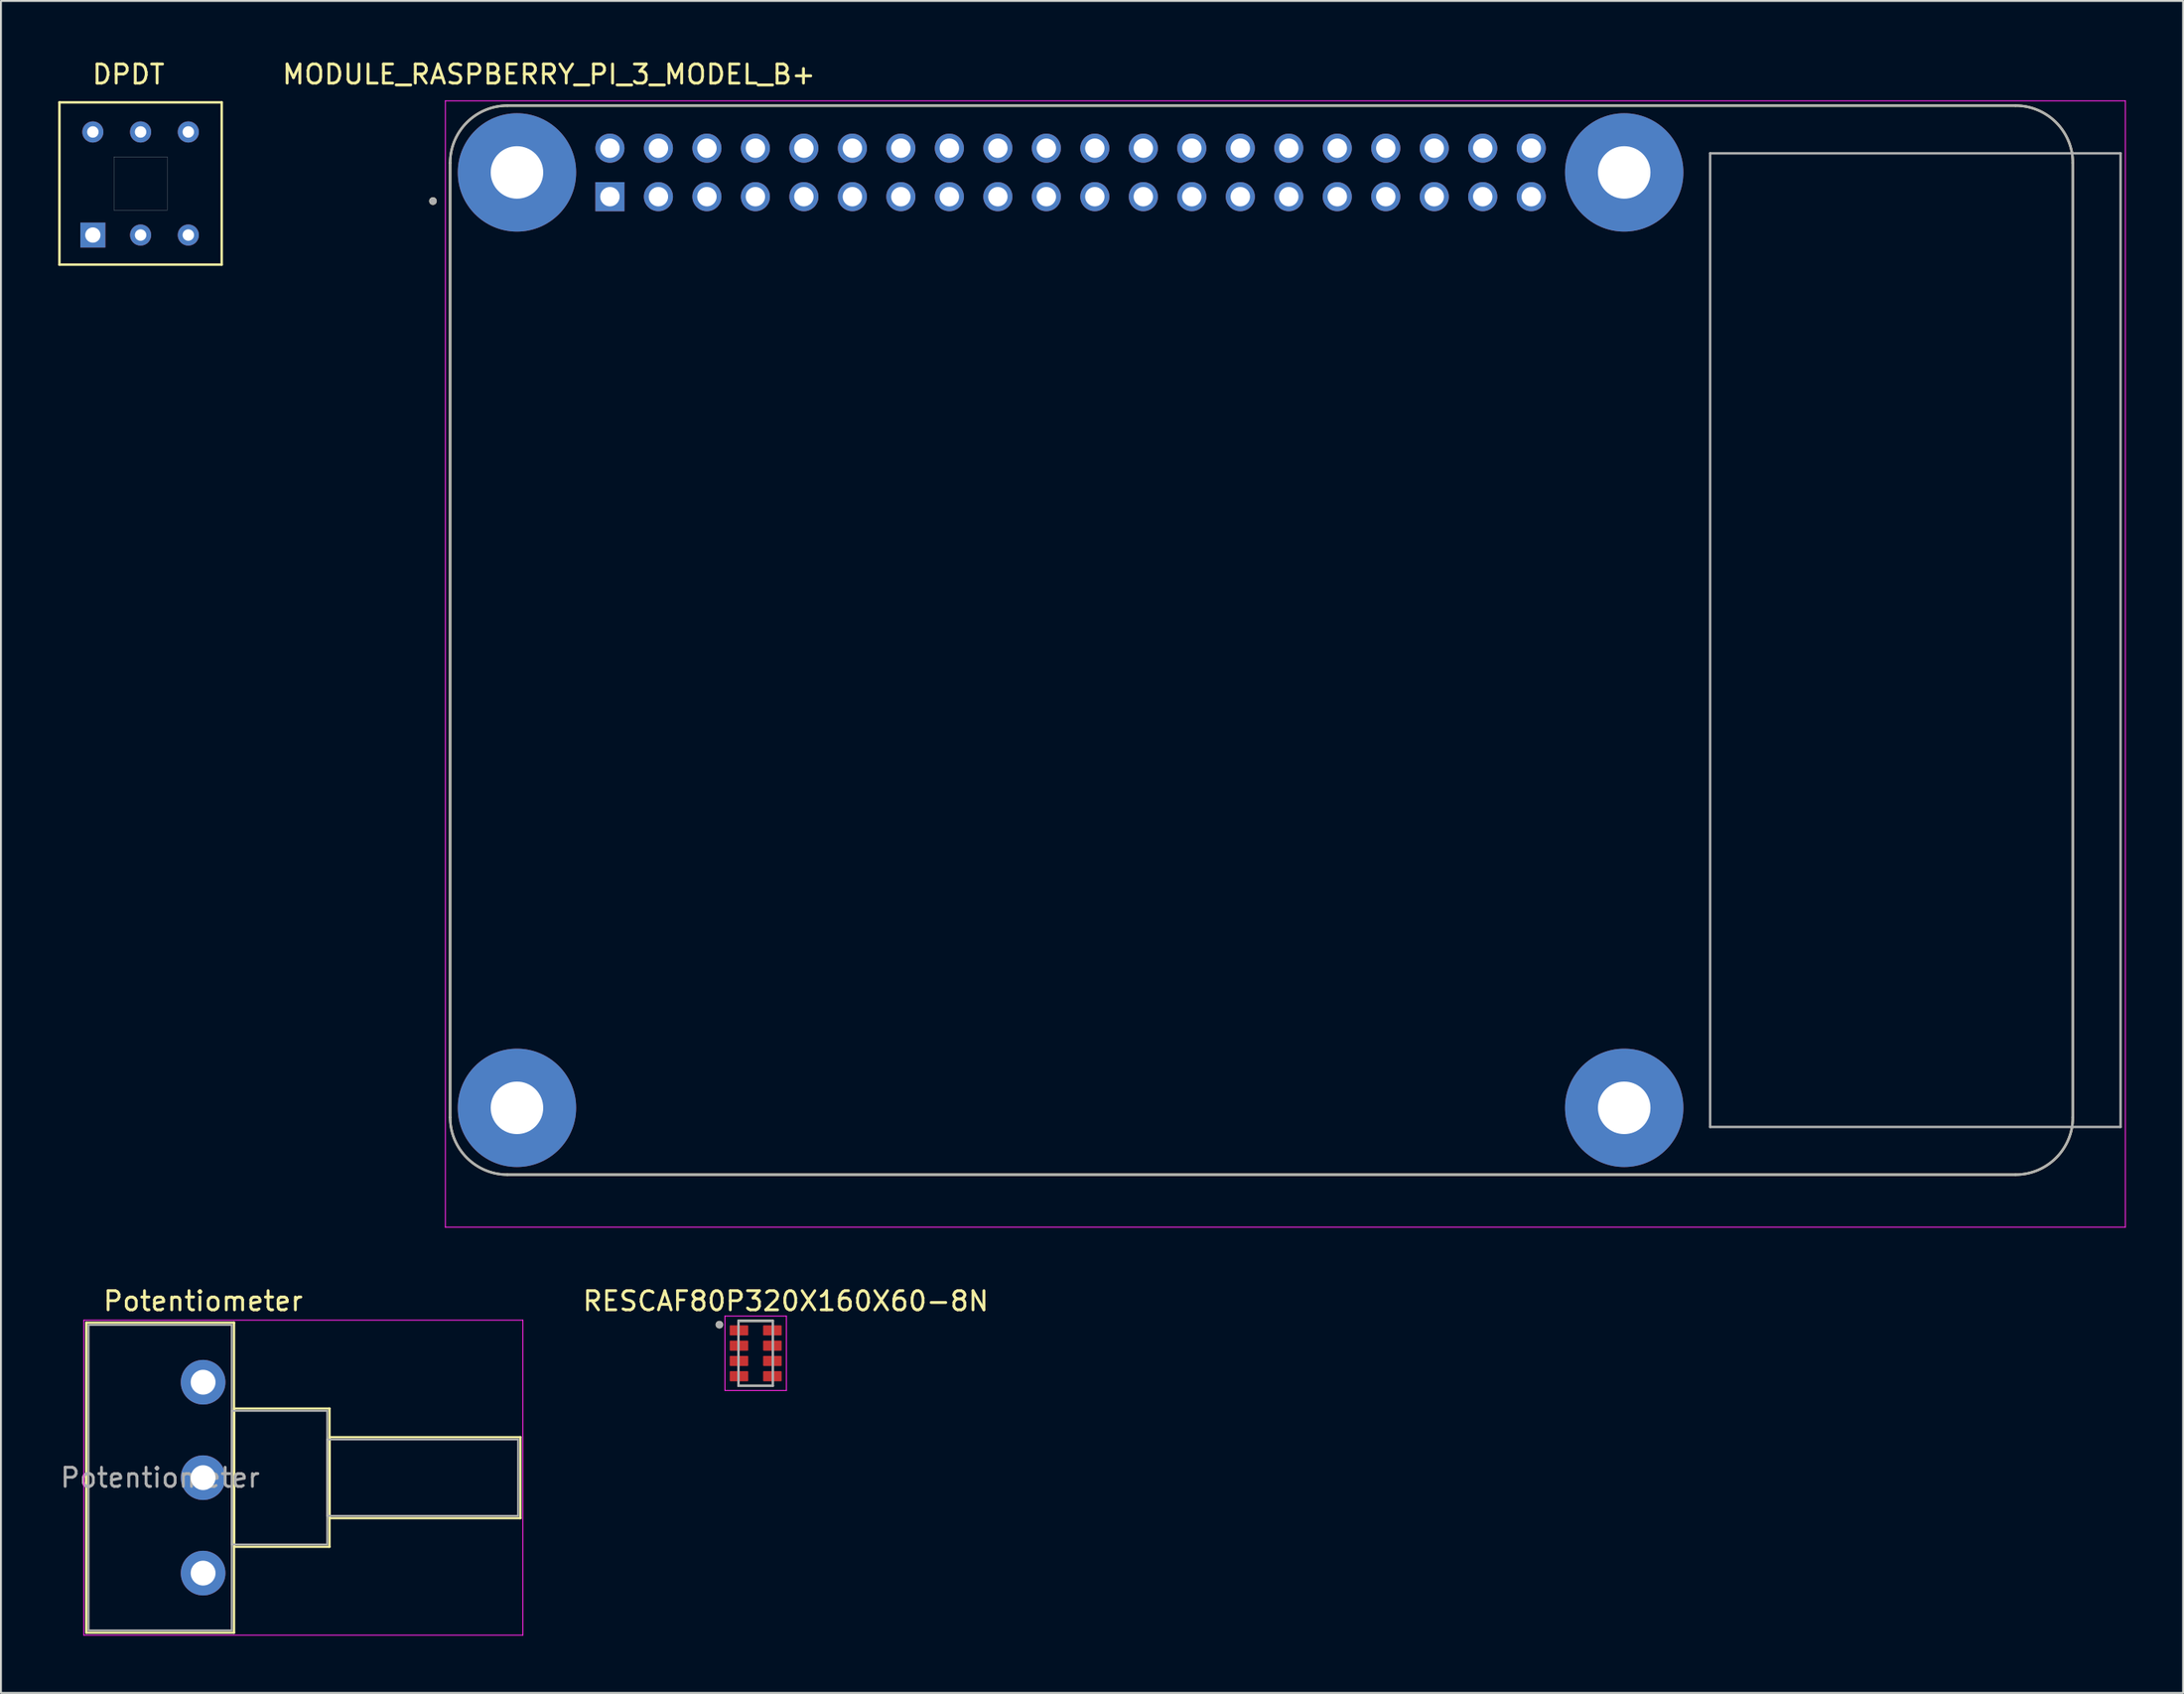
<source format=kicad_pcb>
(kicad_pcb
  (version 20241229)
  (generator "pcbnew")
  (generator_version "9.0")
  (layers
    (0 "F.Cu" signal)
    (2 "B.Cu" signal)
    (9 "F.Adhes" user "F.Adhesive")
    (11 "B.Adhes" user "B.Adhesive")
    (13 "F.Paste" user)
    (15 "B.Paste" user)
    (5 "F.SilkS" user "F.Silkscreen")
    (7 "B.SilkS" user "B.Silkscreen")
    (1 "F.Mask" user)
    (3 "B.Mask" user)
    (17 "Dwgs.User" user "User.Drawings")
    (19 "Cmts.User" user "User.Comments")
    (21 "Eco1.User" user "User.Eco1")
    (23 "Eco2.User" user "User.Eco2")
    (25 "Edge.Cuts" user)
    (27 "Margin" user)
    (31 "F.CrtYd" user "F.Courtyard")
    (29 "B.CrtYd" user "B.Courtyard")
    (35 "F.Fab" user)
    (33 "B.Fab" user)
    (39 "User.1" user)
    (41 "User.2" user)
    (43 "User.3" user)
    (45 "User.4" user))
  (footprint "Potentiometer"
    (layer "F.Cu")
    (at 7.589 79.356)
    (property "Reference" "Potentiometer" (at 0 -14.25 0) (layer "F.SilkS") (effects (font (size 1 1) (thickness 0.15))))
    (attr through_hole)
    (fp_line (start -6.12 -13.12) (end -6.12 3.12) (stroke (width 0.12) (type solid)) (layer "F.SilkS"))
    (fp_line (start -6.12 -13.12) (end 1.62 -13.12) (stroke (width 0.12) (type solid)) (layer "F.SilkS"))
    (fp_line (start -6.12 3.12) (end 1.62 3.12) (stroke (width 0.12) (type solid)) (layer "F.SilkS"))
    (fp_line (start 1.62 -13.12) (end 1.62 3.12) (stroke (width 0.12) (type solid)) (layer "F.SilkS"))
    (fp_line (start 1.62 -8.62) (end 1.62 -1.38) (stroke (width 0.12) (type solid)) (layer "F.SilkS"))
    (fp_line (start 1.62 -8.62) (end 6.62 -8.62) (stroke (width 0.12) (type solid)) (layer "F.SilkS"))
    (fp_line (start 1.62 -1.38) (end 6.62 -1.38) (stroke (width 0.12) (type solid)) (layer "F.SilkS"))
    (fp_line (start 6.62 -8.62) (end 6.62 -1.38) (stroke (width 0.12) (type solid)) (layer "F.SilkS"))
    (fp_line (start 6.62 -7.12) (end 6.62 -2.88) (stroke (width 0.12) (type solid)) (layer "F.SilkS"))
    (fp_line (start 6.62 -7.12) (end 16.62 -7.12) (stroke (width 0.12) (type solid)) (layer "F.SilkS"))
    (fp_line (start 6.62 -2.88) (end 16.62 -2.88) (stroke (width 0.12) (type solid)) (layer "F.SilkS"))
    (fp_line (start 16.62 -7.12) (end 16.62 -2.88) (stroke (width 0.12) (type solid)) (layer "F.SilkS"))
    (fp_line (start -6.25 -13.25) (end -6.25 3.25) (stroke (width 0.05) (type solid)) (layer "F.CrtYd"))
    (fp_line (start -6.25 3.25) (end 16.75 3.25) (stroke (width 0.05) (type solid)) (layer "F.CrtYd"))
    (fp_line (start 16.75 -13.25) (end -6.25 -13.25) (stroke (width 0.05) (type solid)) (layer "F.CrtYd"))
    (fp_line (start 16.75 3.25) (end 16.75 -13.25) (stroke (width 0.05) (type solid)) (layer "F.CrtYd"))
    (fp_line (start -6 -13) (end -6 3) (stroke (width 0.1) (type solid)) (layer "F.Fab"))
    (fp_line (start -6 3) (end 1.5 3) (stroke (width 0.1) (type solid)) (layer "F.Fab"))
    (fp_line (start 1.5 -13) (end -6 -13) (stroke (width 0.1) (type solid)) (layer "F.Fab"))
    (fp_line (start 1.5 -8.5) (end 1.5 -1.5) (stroke (width 0.1) (type solid)) (layer "F.Fab"))
    (fp_line (start 1.5 -1.5) (end 6.5 -1.5) (stroke (width 0.1) (type solid)) (layer "F.Fab"))
    (fp_line (start 1.5 3) (end 1.5 -13) (stroke (width 0.1) (type solid)) (layer "F.Fab"))
    (fp_line (start 6.5 -8.5) (end 1.5 -8.5) (stroke (width 0.1) (type solid)) (layer "F.Fab"))
    (fp_line (start 6.5 -7) (end 6.5 -3) (stroke (width 0.1) (type solid)) (layer "F.Fab"))
    (fp_line (start 6.5 -3) (end 16.5 -3) (stroke (width 0.1) (type solid)) (layer "F.Fab"))
    (fp_line (start 6.5 -1.5) (end 6.5 -8.5) (stroke (width 0.1) (type solid)) (layer "F.Fab"))
    (fp_line (start 16.5 -7) (end 6.5 -7) (stroke (width 0.1) (type solid)) (layer "F.Fab"))
    (fp_line (start 16.5 -3) (end 16.5 -7) (stroke (width 0.1) (type solid)) (layer "F.Fab"))
    (fp_text user "${REFERENCE}" (at -2.25 -5 0) (layer "F.Fab") (effects (font (size 1 1) (thickness 0.15))))
    (pad "1" thru_hole circle (at 0 0) (size 2.34 2.34) (drill 1.3) (layers "*.Cu" "*.Mask"))
    (pad "2" thru_hole circle (at 0 -5) (size 2.34 2.34) (drill 1.3) (layers "*.Cu" "*.Mask"))
    (pad "3" thru_hole circle (at 0 -10) (size 2.34 2.34) (drill 1.3) (layers "*.Cu" "*.Mask")))
  (footprint "MODULE_RASPBERRY_PI_3_MODEL_B+"
    (layer "F.Cu")
    (at 63.029 30.483)
    (property "Reference" "MODULE_RASPBERRY_PI_3_MODEL_B+" (at -37.325 -29.635 0) (layer "F.SilkS") (effects (font (size 1 1) (thickness 0.15))))
    (attr through_hole)
    (fp_line (start -42.5 -25) (end -42.5 25) (stroke (width 0.127) (type solid)) (layer "F.SilkS"))
    (fp_line (start -39.5 28) (end 39.5 28) (stroke (width 0.127) (type solid)) (layer "F.SilkS"))
    (fp_line (start 39.5 -28) (end -39.5 -28) (stroke (width 0.127) (type solid)) (layer "F.SilkS"))
    (fp_line (start 42.5 25) (end 42.5 -25) (stroke (width 0.127) (type solid)) (layer "F.SilkS"))
    (fp_arc (start -42.5 -25) (mid -41.62132 -27.12132) (end -39.5 -28) (stroke (width 0.127) (type solid)) (layer "F.SilkS"))
    (fp_arc (start -39.5 28) (mid -41.62132 27.12132) (end -42.5 25) (stroke (width 0.127) (type solid)) (layer "F.SilkS"))
    (fp_arc (start 39.5 -28) (mid 41.62132 -27.12132) (end 42.5 -25) (stroke (width 0.127) (type solid)) (layer "F.SilkS"))
    (fp_arc (start 42.5 25) (mid 41.62132 27.12132) (end 39.5 28) (stroke (width 0.127) (type solid)) (layer "F.SilkS"))
    (fp_circle (center -43.4 -23) (end -43.3 -23) (stroke (width 0.2) (type solid)) (fill no) (layer "F.SilkS"))
    (fp_line (start -42.75 -28.25) (end 45.25 -28.25) (stroke (width 0.05) (type solid)) (layer "F.CrtYd"))
    (fp_line (start -42.75 30.75) (end -42.75 -28.25) (stroke (width 0.05) (type solid)) (layer "F.CrtYd"))
    (fp_line (start 45.25 -28.25) (end 45.25 30.75) (stroke (width 0.05) (type solid)) (layer "F.CrtYd"))
    (fp_line (start 45.25 30.75) (end -42.75 30.75) (stroke (width 0.05) (type solid)) (layer "F.CrtYd"))
    (fp_line (start -42.5 -25) (end -42.5 25) (stroke (width 0.127) (type solid)) (layer "F.Fab"))
    (fp_line (start -39.5 28) (end 39.5 28) (stroke (width 0.127) (type solid)) (layer "F.Fab"))
    (fp_line (start 23.5 -25.5) (end 23.5 25.5) (stroke (width 0.127) (type solid)) (layer "F.Fab"))
    (fp_line (start 23.5 25.5) (end 45 25.5) (stroke (width 0.127) (type solid)) (layer "F.Fab"))
    (fp_line (start 39.5 -28) (end -39.5 -28) (stroke (width 0.127) (type solid)) (layer "F.Fab"))
    (fp_line (start 42.5 25) (end 42.5 -25) (stroke (width 0.127) (type solid)) (layer "F.Fab"))
    (fp_line (start 45 -25.5) (end 23.5 -25.5) (stroke (width 0.127) (type solid)) (layer "F.Fab"))
    (fp_line (start 45 25.5) (end 45 -25.5) (stroke (width 0.127) (type solid)) (layer "F.Fab"))
    (fp_arc (start -42.5 -25) (mid -41.62132 -27.12132) (end -39.5 -28) (stroke (width 0.127) (type solid)) (layer "F.Fab"))
    (fp_arc (start -39.5 28) (mid -41.62132 27.12132) (end -42.5 25) (stroke (width 0.127) (type solid)) (layer "F.Fab"))
    (fp_arc (start 39.5 -28) (mid 41.62132 -27.12132) (end 42.5 -25) (stroke (width 0.127) (type solid)) (layer "F.Fab"))
    (fp_arc (start 42.5 25) (mid 41.62132 27.12132) (end 39.5 28) (stroke (width 0.127) (type solid)) (layer "F.Fab"))
    (fp_circle (center -43.4 -23) (end -43.3 -23) (stroke (width 0.2) (type solid)) (fill no) (layer "F.Fab"))
    (pad "1" thru_hole rect (at -34.13 -23.23) (size 1.524 1.524) (drill 1.016) (layers "*.Cu" "*.Mask"))
    (pad "2" thru_hole circle (at -34.13 -25.77) (size 1.524 1.524) (drill 1.016) (layers "*.Cu" "*.Mask"))
    (pad "3" thru_hole circle (at -31.59 -23.23) (size 1.524 1.524) (drill 1.016) (layers "*.Cu" "*.Mask"))
    (pad "4" thru_hole circle (at -31.59 -25.77) (size 1.524 1.524) (drill 1.016) (layers "*.Cu" "*.Mask"))
    (pad "5" thru_hole circle (at -29.05 -23.23) (size 1.524 1.524) (drill 1.016) (layers "*.Cu" "*.Mask"))
    (pad "6" thru_hole circle (at -29.05 -25.77) (size 1.524 1.524) (drill 1.016) (layers "*.Cu" "*.Mask"))
    (pad "7" thru_hole circle (at -26.51 -23.23) (size 1.524 1.524) (drill 1.016) (layers "*.Cu" "*.Mask"))
    (pad "8" thru_hole circle (at -26.51 -25.77) (size 1.524 1.524) (drill 1.016) (layers "*.Cu" "*.Mask"))
    (pad "9" thru_hole circle (at -23.97 -23.23) (size 1.524 1.524) (drill 1.016) (layers "*.Cu" "*.Mask"))
    (pad "10" thru_hole circle (at -23.97 -25.77) (size 1.524 1.524) (drill 1.016) (layers "*.Cu" "*.Mask"))
    (pad "11" thru_hole circle (at -21.43 -23.23) (size 1.524 1.524) (drill 1.016) (layers "*.Cu" "*.Mask"))
    (pad "12" thru_hole circle (at -21.43 -25.77) (size 1.524 1.524) (drill 1.016) (layers "*.Cu" "*.Mask"))
    (pad "13" thru_hole circle (at -18.89 -23.23) (size 1.524 1.524) (drill 1.016) (layers "*.Cu" "*.Mask"))
    (pad "14" thru_hole circle (at -18.89 -25.77) (size 1.524 1.524) (drill 1.016) (layers "*.Cu" "*.Mask"))
    (pad "15" thru_hole circle (at -16.35 -23.23) (size 1.524 1.524) (drill 1.016) (layers "*.Cu" "*.Mask"))
    (pad "16" thru_hole circle (at -16.35 -25.77) (size 1.524 1.524) (drill 1.016) (layers "*.Cu" "*.Mask"))
    (pad "17" thru_hole circle (at -13.81 -23.23) (size 1.524 1.524) (drill 1.016) (layers "*.Cu" "*.Mask"))
    (pad "18" thru_hole circle (at -13.81 -25.77) (size 1.524 1.524) (drill 1.016) (layers "*.Cu" "*.Mask"))
    (pad "19" thru_hole circle (at -11.27 -23.23) (size 1.524 1.524) (drill 1.016) (layers "*.Cu" "*.Mask"))
    (pad "20" thru_hole circle (at -11.27 -25.77) (size 1.524 1.524) (drill 1.016) (layers "*.Cu" "*.Mask"))
    (pad "21" thru_hole circle (at -8.73 -23.23) (size 1.524 1.524) (drill 1.016) (layers "*.Cu" "*.Mask"))
    (pad "22" thru_hole circle (at -8.73 -25.77) (size 1.524 1.524) (drill 1.016) (layers "*.Cu" "*.Mask"))
    (pad "23" thru_hole circle (at -6.19 -23.23) (size 1.524 1.524) (drill 1.016) (layers "*.Cu" "*.Mask"))
    (pad "24" thru_hole circle (at -6.19 -25.77) (size 1.524 1.524) (drill 1.016) (layers "*.Cu" "*.Mask"))
    (pad "25" thru_hole circle (at -3.65 -23.23) (size 1.524 1.524) (drill 1.016) (layers "*.Cu" "*.Mask"))
    (pad "26" thru_hole circle (at -3.65 -25.77) (size 1.524 1.524) (drill 1.016) (layers "*.Cu" "*.Mask"))
    (pad "27" thru_hole circle (at -1.11 -23.23) (size 1.524 1.524) (drill 1.016) (layers "*.Cu" "*.Mask"))
    (pad "28" thru_hole circle (at -1.11 -25.77) (size 1.524 1.524) (drill 1.016) (layers "*.Cu" "*.Mask"))
    (pad "29" thru_hole circle (at 1.43 -23.23) (size 1.524 1.524) (drill 1.016) (layers "*.Cu" "*.Mask"))
    (pad "30" thru_hole circle (at 1.43 -25.77) (size 1.524 1.524) (drill 1.016) (layers "*.Cu" "*.Mask"))
    (pad "31" thru_hole circle (at 3.97 -23.23) (size 1.524 1.524) (drill 1.016) (layers "*.Cu" "*.Mask"))
    (pad "32" thru_hole circle (at 3.97 -25.77) (size 1.524 1.524) (drill 1.016) (layers "*.Cu" "*.Mask"))
    (pad "33" thru_hole circle (at 6.51 -23.23) (size 1.524 1.524) (drill 1.016) (layers "*.Cu" "*.Mask"))
    (pad "34" thru_hole circle (at 6.51 -25.77) (size 1.524 1.524) (drill 1.016) (layers "*.Cu" "*.Mask"))
    (pad "35" thru_hole circle (at 9.05 -23.23) (size 1.524 1.524) (drill 1.016) (layers "*.Cu" "*.Mask"))
    (pad "36" thru_hole circle (at 9.05 -25.77) (size 1.524 1.524) (drill 1.016) (layers "*.Cu" "*.Mask"))
    (pad "37" thru_hole circle (at 11.59 -23.23) (size 1.524 1.524) (drill 1.016) (layers "*.Cu" "*.Mask"))
    (pad "38" thru_hole circle (at 11.59 -25.77) (size 1.524 1.524) (drill 1.016) (layers "*.Cu" "*.Mask"))
    (pad "39" thru_hole circle (at 14.13 -23.23) (size 1.524 1.524) (drill 1.016) (layers "*.Cu" "*.Mask"))
    (pad "40" thru_hole circle (at 14.13 -25.77) (size 1.524 1.524) (drill 1.016) (layers "*.Cu" "*.Mask"))
    (pad "S1" thru_hole circle (at -39 -24.5) (size 6.2 6.2) (drill 2.75) (layers "*.Cu" "*.Mask"))
    (pad "S2" thru_hole circle (at 19 -24.5) (size 6.2 6.2) (drill 2.75) (layers "*.Cu" "*.Mask"))
    (pad "S3" thru_hole circle (at 19 24.5) (size 6.2 6.2) (drill 2.75) (layers "*.Cu" "*.Mask"))
    (pad "S4" thru_hole circle (at -39 24.5) (size 6.2 6.2) (drill 2.75) (layers "*.Cu" "*.Mask")))
  (footprint "DPDT"
    (layer "F.Cu")
    (at 4.314 6.563)
    (property "Reference" "DPDT" (at -0.635 -5.715 0) (layer "F.SilkS") (effects (font (size 1 1) (thickness 0.15))))
    (attr through_hole)
    (fp_line (start -4.25 -4.25) (end -4.25 4.25) (stroke (width 0.127) (type solid)) (layer "F.SilkS"))
    (fp_line (start -4.25 4.25) (end 4.25 4.25) (stroke (width 0.127) (type solid)) (layer "F.SilkS"))
    (fp_line (start 4.25 -4.25) (end -4.25 -4.25) (stroke (width 0.127) (type solid)) (layer "F.SilkS"))
    (fp_line (start 4.25 4.25) (end 4.25 -4.25) (stroke (width 0.127) (type solid)) (layer "F.SilkS"))
    (fp_poly (pts (xy -1.4 -1.4) (xy 1.4 -1.4) (xy 1.4 1.4) (xy -1.4 1.4)) (stroke (width 0.01) (type solid)) (fill no) (layer "Dwgs.User"))
    (pad "1" thru_hole rect (at -2.5 2.7) (size 1.308 1.308) (drill 0.8) (layers "*.Cu" "*.Mask"))
    (pad "2" thru_hole circle (at 0 2.7) (size 1.108 1.108) (drill 0.6) (layers "*.Cu" "*.Mask"))
    (pad "3" thru_hole circle (at 2.5 2.7) (size 1.108 1.108) (drill 0.6) (layers "*.Cu" "*.Mask"))
    (pad "4" thru_hole circle (at -2.5 -2.7) (size 1.108 1.108) (drill 0.6) (layers "*.Cu" "*.Mask"))
    (pad "5" thru_hole circle (at 0 -2.7) (size 1.108 1.108) (drill 0.6) (layers "*.Cu" "*.Mask"))
    (pad "6" thru_hole circle (at 2.5 -2.7) (size 1.108 1.108) (drill 0.6) (layers "*.Cu" "*.Mask")))
  (footprint "RESCAF80P320X160X60-8N"
    (layer "F.Cu")
    (at 36.533 67.841)
    (property "Reference" "RESCAF80P320X160X60-8N" (at 1.575 -2.735 0) (layer "F.SilkS") (effects (font (size 1 1) (thickness 0.15))))
    (attr through_hole)
    (fp_line (start -0.9 -1.7) (end 0.9 -1.7) (stroke (width 0.127) (type solid)) (layer "F.SilkS"))
    (fp_line (start 0.9 1.7) (end -0.9 1.7) (stroke (width 0.127) (type solid)) (layer "F.SilkS"))
    (fp_circle (center -1.9 -1.5) (end -1.8 -1.5) (stroke (width 0.2) (type solid)) (fill no) (layer "F.SilkS"))
    (fp_line (start -1.61 -1.95) (end 1.61 -1.95) (stroke (width 0.05) (type solid)) (layer "F.CrtYd"))
    (fp_line (start -1.61 1.95) (end -1.61 -1.95) (stroke (width 0.05) (type solid)) (layer "F.CrtYd"))
    (fp_line (start 1.61 -1.95) (end 1.61 1.95) (stroke (width 0.05) (type solid)) (layer "F.CrtYd"))
    (fp_line (start 1.61 1.95) (end -1.61 1.95) (stroke (width 0.05) (type solid)) (layer "F.CrtYd"))
    (fp_line (start -0.9 -1.7) (end 0.9 -1.7) (stroke (width 0.127) (type solid)) (layer "F.Fab"))
    (fp_line (start -0.9 1.7) (end -0.9 -1.7) (stroke (width 0.127) (type solid)) (layer "F.Fab"))
    (fp_line (start 0.9 -1.7) (end 0.9 1.7) (stroke (width 0.127) (type solid)) (layer "F.Fab"))
    (fp_line (start 0.9 1.7) (end -0.9 1.7) (stroke (width 0.127) (type solid)) (layer "F.Fab"))
    (fp_circle (center -1.9 -1.5) (end -1.8 -1.5) (stroke (width 0.2) (type solid)) (fill no) (layer "F.Fab"))
    (pad "1" smd roundrect (at -0.875 -1.2) (size 0.97 0.53) (layers "F.Cu" "F.Mask" "F.Paste") (roundrect_rratio 0.07))
    (pad "2" smd roundrect (at -0.875 -0.4) (size 0.97 0.53) (layers "F.Cu" "F.Mask" "F.Paste") (roundrect_rratio 0.07))
    (pad "3" smd roundrect (at -0.875 0.4) (size 0.97 0.53) (layers "F.Cu" "F.Mask" "F.Paste") (roundrect_rratio 0.07))
    (pad "4" smd roundrect (at -0.875 1.2) (size 0.97 0.53) (layers "F.Cu" "F.Mask" "F.Paste") (roundrect_rratio 0.07))
    (pad "5" smd roundrect (at 0.875 1.2 180) (size 0.97 0.53) (layers "F.Cu" "F.Mask" "F.Paste") (roundrect_rratio 0.07))
    (pad "6" smd roundrect (at 0.875 0.4 180) (size 0.97 0.53) (layers "F.Cu" "F.Mask" "F.Paste") (roundrect_rratio 0.07))
    (pad "7" smd roundrect (at 0.875 -0.4 180) (size 0.97 0.53) (layers "F.Cu" "F.Mask" "F.Paste") (roundrect_rratio 0.07))
    (pad "8" smd roundrect (at 0.875 -1.2 180) (size 0.97 0.53) (layers "F.Cu" "F.Mask" "F.Paste") (roundrect_rratio 0.07)))
  (gr_rect
    (start -3 -3)
    (end 111.304 85.632)
    (stroke (width 0.1) (type default))
    (fill no)
    (layer "Edge.Cuts")))
</source>
